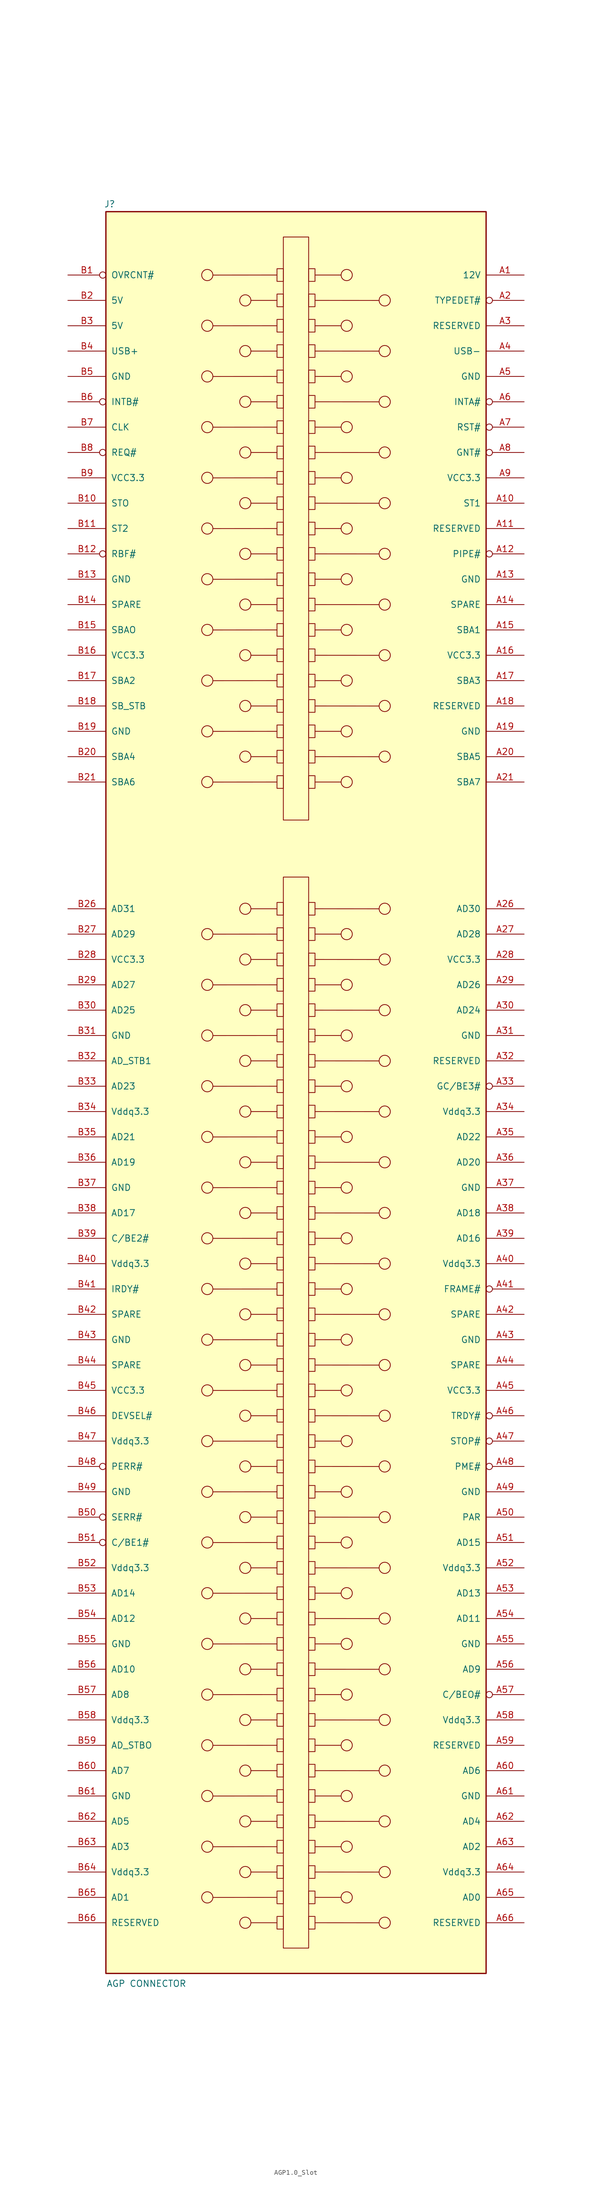
<source format=kicad_sym>
(kicad_symbol_lib
  (version 20240819)
  (generator "kicad_symbol_editor")
  (generator_version "8.99")
  (symbol "AGP1.0_Slot"
    (pin_names
      (offset 1.016))
    (property "Reference" "J"
      (at -37.338 176.784 0)
      (effects (font (size 1.27 1.27))))
    (property "Value" "AGP CONNECTOR"
      (at -29.972 -179.832 0)
      (effects (font (size 1.27 1.27))))
    (symbol "AGP1.0_Slot_0_1"
      (rectangle (start -38.1 175.26) (end 38.1 -177.8) (stroke (width 0.254) (type default)) (fill (type background)))
      (circle (center -17.78 162.56) (radius 1.122) (stroke (width 0) (type default)) (fill (type none)))
      (circle (center -17.78 152.4) (radius 1.122) (stroke (width 0) (type default)) (fill (type none)))
      (circle (center -17.78 142.24) (radius 1.122) (stroke (width 0) (type default)) (fill (type none)))
      (circle (center -17.78 132.08) (radius 1.122) (stroke (width 0) (type default)) (fill (type none)))
      (circle (center -17.78 121.92) (radius 1.122) (stroke (width 0) (type default)) (fill (type none)))
      (circle (center -17.78 111.76) (radius 1.122) (stroke (width 0) (type default)) (fill (type none)))
      (circle (center -17.78 101.6) (radius 1.122) (stroke (width 0) (type default)) (fill (type none)))
      (circle (center -17.78 91.44) (radius 1.122) (stroke (width 0) (type default)) (fill (type none)))
      (circle (center -17.78 81.28) (radius 1.122) (stroke (width 0) (type default)) (fill (type none)))
      (circle (center -17.78 71.12) (radius 1.122) (stroke (width 0) (type default)) (fill (type none)))
      (circle (center -17.78 60.96) (radius 1.122) (stroke (width 0) (type default)) (fill (type none)))
      (circle (center -17.78 30.48) (radius 1.122) (stroke (width 0) (type default)) (fill (type none)))
      (circle (center -17.78 20.32) (radius 1.122) (stroke (width 0) (type default)) (fill (type none)))
      (circle (center -17.78 10.16) (radius 1.122) (stroke (width 0) (type default)) (fill (type none)))
      (circle (center -17.78 0) (radius 1.122) (stroke (width 0) (type default)) (fill (type none)))
      (circle (center -17.78 -10.16) (radius 1.122) (stroke (width 0) (type default)) (fill (type none)))
      (circle (center -17.78 -20.32) (radius 1.122) (stroke (width 0) (type default)) (fill (type none)))
      (circle (center -17.78 -30.48) (radius 1.122) (stroke (width 0) (type default)) (fill (type none)))
      (circle (center -17.78 -40.64) (radius 1.122) (stroke (width 0) (type default)) (fill (type none)))
      (circle (center -17.78 -50.8) (radius 1.122) (stroke (width 0) (type default)) (fill (type none)))
      (circle (center -17.78 -60.96) (radius 1.122) (stroke (width 0) (type default)) (fill (type none)))
      (circle (center -17.78 -71.12) (radius 1.122) (stroke (width 0) (type default)) (fill (type none)))
      (circle (center -17.78 -81.28) (radius 1.122) (stroke (width 0) (type default)) (fill (type none)))
      (circle (center -17.78 -91.44) (radius 1.122) (stroke (width 0) (type default)) (fill (type none)))
      (circle (center -17.78 -101.6) (radius 1.122) (stroke (width 0) (type default)) (fill (type none)))
      (circle (center -17.78 -111.76) (radius 1.122) (stroke (width 0) (type default)) (fill (type none)))
      (circle (center -17.78 -121.92) (radius 1.122) (stroke (width 0) (type default)) (fill (type none)))
      (circle (center -17.78 -132.08) (radius 1.122) (stroke (width 0) (type default)) (fill (type none)))
      (circle (center -17.78 -142.24) (radius 1.122) (stroke (width 0) (type default)) (fill (type none)))
      (circle (center -17.78 -152.4) (radius 1.122) (stroke (width 0) (type default)) (fill (type none)))
      (circle (center -17.78 -162.56) (radius 1.122) (stroke (width 0) (type default)) (fill (type none)))
      (circle (center -10.16 157.48) (radius 1.122) (stroke (width 0) (type default)) (fill (type none)))
      (circle (center -10.16 147.32) (radius 1.122) (stroke (width 0) (type default)) (fill (type none)))
      (circle (center -10.16 137.16) (radius 1.122) (stroke (width 0) (type default)) (fill (type none)))
      (circle (center -10.16 127) (radius 1.122) (stroke (width 0) (type default)) (fill (type none)))
      (circle (center -10.16 116.84) (radius 1.122) (stroke (width 0) (type default)) (fill (type none)))
      (circle (center -10.16 106.68) (radius 1.122) (stroke (width 0) (type default)) (fill (type none)))
      (circle (center -10.16 96.52) (radius 1.122) (stroke (width 0) (type default)) (fill (type none)))
      (circle (center -10.16 86.36) (radius 1.122) (stroke (width 0) (type default)) (fill (type none)))
      (circle (center -10.16 76.2) (radius 1.122) (stroke (width 0) (type default)) (fill (type none)))
      (circle (center -10.16 66.04) (radius 1.122) (stroke (width 0) (type default)) (fill (type none)))
      (circle (center -10.16 35.56) (radius 1.122) (stroke (width 0) (type default)) (fill (type none)))
      (circle (center -10.16 25.4) (radius 1.122) (stroke (width 0) (type default)) (fill (type none)))
      (circle (center -10.16 15.24) (radius 1.122) (stroke (width 0) (type default)) (fill (type none)))
      (circle (center -10.16 5.08) (radius 1.122) (stroke (width 0) (type default)) (fill (type none)))
      (circle (center -10.16 -5.08) (radius 1.122) (stroke (width 0) (type default)) (fill (type none)))
      (circle (center -10.16 -15.24) (radius 1.122) (stroke (width 0) (type default)) (fill (type none)))
      (circle (center -10.16 -25.4) (radius 1.122) (stroke (width 0) (type default)) (fill (type none)))
      (circle (center -10.16 -35.56) (radius 1.122) (stroke (width 0) (type default)) (fill (type none)))
      (circle (center -10.16 -45.72) (radius 1.122) (stroke (width 0) (type default)) (fill (type none)))
      (circle (center -10.16 -55.88) (radius 1.122) (stroke (width 0) (type default)) (fill (type none)))
      (circle (center -10.16 -66.04) (radius 1.122) (stroke (width 0) (type default)) (fill (type none)))
      (circle (center -10.16 -76.2) (radius 1.122) (stroke (width 0) (type default)) (fill (type none)))
      (circle (center -10.16 -86.36) (radius 1.122) (stroke (width 0) (type default)) (fill (type none)))
      (circle (center -10.16 -96.52) (radius 1.122) (stroke (width 0) (type default)) (fill (type none)))
      (circle (center -10.16 -106.68) (radius 1.122) (stroke (width 0) (type default)) (fill (type none)))
      (circle (center -10.16 -116.84) (radius 1.122) (stroke (width 0) (type default)) (fill (type none)))
      (circle (center -10.16 -127) (radius 1.122) (stroke (width 0) (type default)) (fill (type none)))
      (circle (center -10.16 -137.16) (radius 1.122) (stroke (width 0) (type default)) (fill (type none)))
      (circle (center -10.16 -147.32) (radius 1.122) (stroke (width 0) (type default)) (fill (type none)))
      (circle (center -10.16 -157.48) (radius 1.122) (stroke (width 0) (type default)) (fill (type none)))
      (circle (center -10.16 -167.64) (radius 1.122) (stroke (width 0) (type default)) (fill (type none)))
      (rectangle (start -3.81 163.83) (end -2.54 161.29) (stroke (width 0) (type default)) (fill (type none)))
      (rectangle (start -3.81 158.75) (end -2.54 156.21) (stroke (width 0) (type default)) (fill (type none)))
      (rectangle (start -3.81 153.67) (end -2.54 151.13) (stroke (width 0) (type default)) (fill (type none)))
      (rectangle (start -3.81 148.59) (end -2.54 146.05) (stroke (width 0) (type default)) (fill (type none)))
      (rectangle (start -3.81 143.51) (end -2.54 140.97) (stroke (width 0) (type default)) (fill (type none)))
      (rectangle (start -3.81 138.43) (end -2.54 135.89) (stroke (width 0) (type default)) (fill (type none)))
      (rectangle (start -3.81 133.35) (end -2.54 130.81) (stroke (width 0) (type default)) (fill (type none)))
      (rectangle (start -3.81 128.27) (end -2.54 125.73) (stroke (width 0) (type default)) (fill (type none)))
      (rectangle (start -3.81 123.19) (end -2.54 120.65) (stroke (width 0) (type default)) (fill (type none)))
      (rectangle (start -3.81 118.11) (end -2.54 115.57) (stroke (width 0) (type default)) (fill (type none)))
      (rectangle (start -3.81 113.03) (end -2.54 110.49) (stroke (width 0) (type default)) (fill (type none)))
      (rectangle (start -3.81 107.95) (end -2.54 105.41) (stroke (width 0) (type default)) (fill (type none)))
      (rectangle (start -3.81 102.87) (end -2.54 100.33) (stroke (width 0) (type default)) (fill (type none)))
      (rectangle (start -3.81 97.79) (end -2.54 95.25) (stroke (width 0) (type default)) (fill (type none)))
      (rectangle (start -3.81 92.71) (end -2.54 90.17) (stroke (width 0) (type default)) (fill (type none)))
      (rectangle (start -3.81 87.63) (end -2.54 85.09) (stroke (width 0) (type default)) (fill (type none)))
      (rectangle (start -3.81 82.55) (end -2.54 80.01) (stroke (width 0) (type default)) (fill (type none)))
      (rectangle (start -3.81 77.47) (end -2.54 74.93) (stroke (width 0) (type default)) (fill (type none)))
      (rectangle (start -3.81 72.39) (end -2.54 69.85) (stroke (width 0) (type default)) (fill (type none)))
      (rectangle (start -3.81 67.31) (end -2.54 64.77) (stroke (width 0) (type default)) (fill (type none)))
      (rectangle (start -3.81 62.23) (end -2.54 59.69) (stroke (width 0) (type default)) (fill (type none)))
      (rectangle (start -3.81 36.83) (end -2.54 34.29) (stroke (width 0) (type default)) (fill (type none)))
      (rectangle (start -3.81 31.75) (end -2.54 29.21) (stroke (width 0) (type default)) (fill (type none)))
      (rectangle (start -3.81 26.67) (end -2.54 24.13) (stroke (width 0) (type default)) (fill (type none)))
      (rectangle (start -3.81 21.59) (end -2.54 19.05) (stroke (width 0) (type default)) (fill (type none)))
      (rectangle (start -3.81 16.51) (end -2.54 13.97) (stroke (width 0) (type default)) (fill (type none)))
      (rectangle (start -3.81 11.43) (end -2.54 8.89) (stroke (width 0) (type default)) (fill (type none)))
      (rectangle (start -3.81 6.35) (end -2.54 3.81) (stroke (width 0) (type default)) (fill (type none)))
      (rectangle (start -3.81 1.27) (end -2.54 -1.27) (stroke (width 0) (type default)) (fill (type none)))
      (rectangle (start -3.81 -3.81) (end -2.54 -6.35) (stroke (width 0) (type default)) (fill (type none)))
      (rectangle (start -3.81 -8.89) (end -2.54 -11.43) (stroke (width 0) (type default)) (fill (type none)))
      (rectangle (start -3.81 -13.97) (end -2.54 -16.51) (stroke (width 0) (type default)) (fill (type none)))
      (rectangle (start -3.81 -19.05) (end -2.54 -21.59) (stroke (width 0) (type default)) (fill (type none)))
      (rectangle (start -3.81 -24.13) (end -2.54 -26.67) (stroke (width 0) (type default)) (fill (type none)))
      (rectangle (start -3.81 -29.21) (end -2.54 -31.75) (stroke (width 0) (type default)) (fill (type none)))
      (rectangle (start -3.81 -34.29) (end -2.54 -36.83) (stroke (width 0) (type default)) (fill (type none)))
      (rectangle (start -3.81 -39.37) (end -2.54 -41.91) (stroke (width 0) (type default)) (fill (type none)))
      (rectangle (start -3.81 -44.45) (end -2.54 -46.99) (stroke (width 0) (type default)) (fill (type none)))
      (rectangle (start -3.81 -49.53) (end -2.54 -52.07) (stroke (width 0) (type default)) (fill (type none)))
      (rectangle (start -3.81 -54.61) (end -2.54 -57.15) (stroke (width 0) (type default)) (fill (type none)))
      (rectangle (start -3.81 -59.69) (end -2.54 -62.23) (stroke (width 0) (type default)) (fill (type none)))
      (rectangle (start -3.81 -64.77) (end -2.54 -67.31) (stroke (width 0) (type default)) (fill (type none)))
      (rectangle (start -3.81 -69.85) (end -2.54 -72.39) (stroke (width 0) (type default)) (fill (type none)))
      (rectangle (start -3.81 -74.93) (end -2.54 -77.47) (stroke (width 0) (type default)) (fill (type none)))
      (rectangle (start -3.81 -80.01) (end -2.54 -82.55) (stroke (width 0) (type default)) (fill (type none)))
      (rectangle (start -3.81 -85.09) (end -2.54 -87.63) (stroke (width 0) (type default)) (fill (type none)))
      (rectangle (start -3.81 -90.17) (end -2.54 -92.71) (stroke (width 0) (type default)) (fill (type none)))
      (rectangle (start -3.81 -95.25) (end -2.54 -97.79) (stroke (width 0) (type default)) (fill (type none)))
      (rectangle (start -3.81 -100.33) (end -2.54 -102.87) (stroke (width 0) (type default)) (fill (type none)))
      (rectangle (start -3.81 -105.41) (end -2.54 -107.95) (stroke (width 0) (type default)) (fill (type none)))
      (rectangle (start -3.81 -110.49) (end -2.54 -113.03) (stroke (width 0) (type default)) (fill (type none)))
      (rectangle (start -3.81 -115.57) (end -2.54 -118.11) (stroke (width 0) (type default)) (fill (type none)))
      (rectangle (start -3.81 -120.65) (end -2.54 -123.19) (stroke (width 0) (type default)) (fill (type none)))
      (rectangle (start -3.81 -125.73) (end -2.54 -128.27) (stroke (width 0) (type default)) (fill (type none)))
      (rectangle (start -3.81 -130.81) (end -2.54 -133.35) (stroke (width 0) (type default)) (fill (type none)))
      (rectangle (start -3.81 -135.89) (end -2.54 -138.43) (stroke (width 0) (type default)) (fill (type none)))
      (rectangle (start -3.81 -140.97) (end -2.54 -143.51) (stroke (width 0) (type default)) (fill (type none)))
      (rectangle (start -3.81 -146.05) (end -2.54 -148.59) (stroke (width 0) (type default)) (fill (type none)))
      (rectangle (start -3.81 -151.13) (end -2.54 -153.67) (stroke (width 0) (type default)) (fill (type none)))
      (rectangle (start -3.81 -156.21) (end -2.54 -158.75) (stroke (width 0) (type default)) (fill (type none)))
      (rectangle (start -3.81 -161.29) (end -2.54 -163.83) (stroke (width 0) (type default)) (fill (type none)))
      (rectangle (start -3.81 -166.37) (end -2.54 -168.91) (stroke (width 0) (type default)) (fill (type none)))
      (rectangle (start -2.54 170.18) (end 2.54 53.34) (stroke (width 0) (type default)) (fill (type none)))
      (rectangle (start -2.54 41.91) (end 2.54 -172.72) (stroke (width 0) (type default)) (fill (type none)))
      (rectangle (start 3.81 163.83) (end 2.54 161.29) (stroke (width 0) (type default)) (fill (type none)))
      (rectangle (start 3.81 158.75) (end 2.54 156.21) (stroke (width 0) (type default)) (fill (type none)))
      (rectangle (start 3.81 153.67) (end 2.54 151.13) (stroke (width 0) (type default)) (fill (type none)))
      (rectangle (start 3.81 148.59) (end 2.54 146.05) (stroke (width 0) (type default)) (fill (type none)))
      (rectangle (start 3.81 143.51) (end 2.54 140.97) (stroke (width 0) (type default)) (fill (type none)))
      (rectangle (start 3.81 138.43) (end 2.54 135.89) (stroke (width 0) (type default)) (fill (type none)))
      (rectangle (start 3.81 133.35) (end 2.54 130.81) (stroke (width 0) (type default)) (fill (type none)))
      (rectangle (start 3.81 128.27) (end 2.54 125.73) (stroke (width 0) (type default)) (fill (type none)))
      (rectangle (start 3.81 123.19) (end 2.54 120.65) (stroke (width 0) (type default)) (fill (type none)))
      (rectangle (start 3.81 118.11) (end 2.54 115.57) (stroke (width 0) (type default)) (fill (type none)))
      (rectangle (start 3.81 113.03) (end 2.54 110.49) (stroke (width 0) (type default)) (fill (type none)))
      (rectangle (start 3.81 107.95) (end 2.54 105.41) (stroke (width 0) (type default)) (fill (type none)))
      (rectangle (start 3.81 102.87) (end 2.54 100.33) (stroke (width 0) (type default)) (fill (type none)))
      (rectangle (start 3.81 97.79) (end 2.54 95.25) (stroke (width 0) (type default)) (fill (type none)))
      (rectangle (start 3.81 92.71) (end 2.54 90.17) (stroke (width 0) (type default)) (fill (type none)))
      (rectangle (start 3.81 87.63) (end 2.54 85.09) (stroke (width 0) (type default)) (fill (type none)))
      (rectangle (start 3.81 82.55) (end 2.54 80.01) (stroke (width 0) (type default)) (fill (type none)))
      (rectangle (start 3.81 77.47) (end 2.54 74.93) (stroke (width 0) (type default)) (fill (type none)))
      (rectangle (start 3.81 72.39) (end 2.54 69.85) (stroke (width 0) (type default)) (fill (type none)))
      (rectangle (start 3.81 67.31) (end 2.54 64.77) (stroke (width 0) (type default)) (fill (type none)))
      (rectangle (start 3.81 62.23) (end 2.54 59.69) (stroke (width 0) (type default)) (fill (type none)))
      (rectangle (start 3.81 36.83) (end 2.54 34.29) (stroke (width 0) (type default)) (fill (type none)))
      (rectangle (start 3.81 31.75) (end 2.54 29.21) (stroke (width 0) (type default)) (fill (type none)))
      (rectangle (start 3.81 26.67) (end 2.54 24.13) (stroke (width 0) (type default)) (fill (type none)))
      (rectangle (start 3.81 21.59) (end 2.54 19.05) (stroke (width 0) (type default)) (fill (type none)))
      (rectangle (start 3.81 16.51) (end 2.54 13.97) (stroke (width 0) (type default)) (fill (type none)))
      (rectangle (start 3.81 11.43) (end 2.54 8.89) (stroke (width 0) (type default)) (fill (type none)))
      (rectangle (start 3.81 6.35) (end 2.54 3.81) (stroke (width 0) (type default)) (fill (type none)))
      (rectangle (start 3.81 1.27) (end 2.54 -1.27) (stroke (width 0) (type default)) (fill (type none)))
      (rectangle (start 3.81 -3.81) (end 2.54 -6.35) (stroke (width 0) (type default)) (fill (type none)))
      (rectangle (start 3.81 -8.89) (end 2.54 -11.43) (stroke (width 0) (type default)) (fill (type none)))
      (rectangle (start 3.81 -13.97) (end 2.54 -16.51) (stroke (width 0) (type default)) (fill (type none)))
      (rectangle (start 3.81 -19.05) (end 2.54 -21.59) (stroke (width 0) (type default)) (fill (type none)))
      (rectangle (start 3.81 -24.13) (end 2.54 -26.67) (stroke (width 0) (type default)) (fill (type none)))
      (rectangle (start 3.81 -29.21) (end 2.54 -31.75) (stroke (width 0) (type default)) (fill (type none)))
      (rectangle (start 3.81 -34.29) (end 2.54 -36.83) (stroke (width 0) (type default)) (fill (type none)))
      (rectangle (start 3.81 -39.37) (end 2.54 -41.91) (stroke (width 0) (type default)) (fill (type none)))
      (rectangle (start 3.81 -44.45) (end 2.54 -46.99) (stroke (width 0) (type default)) (fill (type none)))
      (rectangle (start 3.81 -49.53) (end 2.54 -52.07) (stroke (width 0) (type default)) (fill (type none)))
      (rectangle (start 3.81 -54.61) (end 2.54 -57.15) (stroke (width 0) (type default)) (fill (type none)))
      (rectangle (start 3.81 -59.69) (end 2.54 -62.23) (stroke (width 0) (type default)) (fill (type none)))
      (rectangle (start 3.81 -64.77) (end 2.54 -67.31) (stroke (width 0) (type default)) (fill (type none)))
      (rectangle (start 3.81 -69.85) (end 2.54 -72.39) (stroke (width 0) (type default)) (fill (type none)))
      (rectangle (start 3.81 -74.93) (end 2.54 -77.47) (stroke (width 0) (type default)) (fill (type none)))
      (rectangle (start 3.81 -80.01) (end 2.54 -82.55) (stroke (width 0) (type default)) (fill (type none)))
      (rectangle (start 3.81 -85.09) (end 2.54 -87.63) (stroke (width 0) (type default)) (fill (type none)))
      (rectangle (start 3.81 -90.17) (end 2.54 -92.71) (stroke (width 0) (type default)) (fill (type none)))
      (rectangle (start 3.81 -95.25) (end 2.54 -97.79) (stroke (width 0) (type default)) (fill (type none)))
      (rectangle (start 3.81 -100.33) (end 2.54 -102.87) (stroke (width 0) (type default)) (fill (type none)))
      (rectangle (start 3.81 -105.41) (end 2.54 -107.95) (stroke (width 0) (type default)) (fill (type none)))
      (rectangle (start 3.81 -110.49) (end 2.54 -113.03) (stroke (width 0) (type default)) (fill (type none)))
      (rectangle (start 3.81 -115.57) (end 2.54 -118.11) (stroke (width 0) (type default)) (fill (type none)))
      (rectangle (start 3.81 -120.65) (end 2.54 -123.19) (stroke (width 0) (type default)) (fill (type none)))
      (rectangle (start 3.81 -125.73) (end 2.54 -128.27) (stroke (width 0) (type default)) (fill (type none)))
      (rectangle (start 3.81 -130.81) (end 2.54 -133.35) (stroke (width 0) (type default)) (fill (type none)))
      (rectangle (start 3.81 -135.89) (end 2.54 -138.43) (stroke (width 0) (type default)) (fill (type none)))
      (rectangle (start 3.81 -140.97) (end 2.54 -143.51) (stroke (width 0) (type default)) (fill (type none)))
      (rectangle (start 3.81 -146.05) (end 2.54 -148.59) (stroke (width 0) (type default)) (fill (type none)))
      (rectangle (start 3.81 -151.13) (end 2.54 -153.67) (stroke (width 0) (type default)) (fill (type none)))
      (rectangle (start 3.81 -156.21) (end 2.54 -158.75) (stroke (width 0) (type default)) (fill (type none)))
      (rectangle (start 3.81 -161.29) (end 2.54 -163.83) (stroke (width 0) (type default)) (fill (type none)))
      (rectangle (start 3.81 -166.37) (end 2.54 -168.91) (stroke (width 0) (type default)) (fill (type none)))
      (circle (center 10.16 162.56) (radius 1.122) (stroke (width 0) (type default)) (fill (type none)))
      (circle (center 10.16 152.4) (radius 1.122) (stroke (width 0) (type default)) (fill (type none)))
      (circle (center 10.16 142.24) (radius 1.122) (stroke (width 0) (type default)) (fill (type none)))
      (circle (center 10.16 132.08) (radius 1.122) (stroke (width 0) (type default)) (fill (type none)))
      (circle (center 10.16 121.92) (radius 1.122) (stroke (width 0) (type default)) (fill (type none)))
      (circle (center 10.16 111.76) (radius 1.122) (stroke (width 0) (type default)) (fill (type none)))
      (circle (center 10.16 101.6) (radius 1.122) (stroke (width 0) (type default)) (fill (type none)))
      (circle (center 10.16 91.44) (radius 1.122) (stroke (width 0) (type default)) (fill (type none)))
      (circle (center 10.16 81.28) (radius 1.122) (stroke (width 0) (type default)) (fill (type none)))
      (circle (center 10.16 71.12) (radius 1.122) (stroke (width 0) (type default)) (fill (type none)))
      (circle (center 10.16 60.96) (radius 1.122) (stroke (width 0) (type default)) (fill (type none)))
      (circle (center 10.16 30.48) (radius 1.122) (stroke (width 0) (type default)) (fill (type none)))
      (circle (center 10.16 20.32) (radius 1.122) (stroke (width 0) (type default)) (fill (type none)))
      (circle (center 10.16 10.16) (radius 1.122) (stroke (width 0) (type default)) (fill (type none)))
      (circle (center 10.16 0) (radius 1.122) (stroke (width 0) (type default)) (fill (type none)))
      (circle (center 10.16 -10.16) (radius 1.122) (stroke (width 0) (type default)) (fill (type none)))
      (circle (center 10.16 -20.32) (radius 1.122) (stroke (width 0) (type default)) (fill (type none)))
      (circle (center 10.16 -30.48) (radius 1.122) (stroke (width 0) (type default)) (fill (type none)))
      (circle (center 10.16 -40.64) (radius 1.122) (stroke (width 0) (type default)) (fill (type none)))
      (circle (center 10.16 -50.8) (radius 1.122) (stroke (width 0) (type default)) (fill (type none)))
      (circle (center 10.16 -60.96) (radius 1.122) (stroke (width 0) (type default)) (fill (type none)))
      (circle (center 10.16 -71.12) (radius 1.122) (stroke (width 0) (type default)) (fill (type none)))
      (circle (center 10.16 -81.28) (radius 1.122) (stroke (width 0) (type default)) (fill (type none)))
      (circle (center 10.16 -91.44) (radius 1.122) (stroke (width 0) (type default)) (fill (type none)))
      (circle (center 10.16 -101.6) (radius 1.122) (stroke (width 0) (type default)) (fill (type none)))
      (circle (center 10.16 -111.76) (radius 1.122) (stroke (width 0) (type default)) (fill (type none)))
      (circle (center 10.16 -121.92) (radius 1.122) (stroke (width 0) (type default)) (fill (type none)))
      (circle (center 10.16 -132.08) (radius 1.122) (stroke (width 0) (type default)) (fill (type none)))
      (circle (center 10.16 -142.24) (radius 1.122) (stroke (width 0) (type default)) (fill (type none)))
      (circle (center 10.16 -152.4) (radius 1.122) (stroke (width 0) (type default)) (fill (type none)))
      (circle (center 10.16 -162.56) (radius 1.122) (stroke (width 0) (type default)) (fill (type none)))
      (circle (center 17.78 157.48) (radius 1.122) (stroke (width 0) (type default)) (fill (type none)))
      (circle (center 17.78 147.32) (radius 1.122) (stroke (width 0) (type default)) (fill (type none)))
      (circle (center 17.78 137.16) (radius 1.122) (stroke (width 0) (type default)) (fill (type none)))
      (circle (center 17.78 127) (radius 1.122) (stroke (width 0) (type default)) (fill (type none)))
      (circle (center 17.78 116.84) (radius 1.122) (stroke (width 0) (type default)) (fill (type none)))
      (circle (center 17.78 106.68) (radius 1.122) (stroke (width 0) (type default)) (fill (type none)))
      (circle (center 17.78 96.52) (radius 1.122) (stroke (width 0) (type default)) (fill (type none)))
      (circle (center 17.78 86.36) (radius 1.122) (stroke (width 0) (type default)) (fill (type none)))
      (circle (center 17.78 76.2) (radius 1.122) (stroke (width 0) (type default)) (fill (type none)))
      (circle (center 17.78 66.04) (radius 1.122) (stroke (width 0) (type default)) (fill (type none)))
      (circle (center 17.78 35.56) (radius 1.122) (stroke (width 0) (type default)) (fill (type none)))
      (circle (center 17.78 25.4) (radius 1.122) (stroke (width 0) (type default)) (fill (type none)))
      (circle (center 17.78 15.24) (radius 1.122) (stroke (width 0) (type default)) (fill (type none)))
      (circle (center 17.78 5.08) (radius 1.122) (stroke (width 0) (type default)) (fill (type none)))
      (circle (center 17.78 -5.08) (radius 1.122) (stroke (width 0) (type default)) (fill (type none)))
      (circle (center 17.78 -15.24) (radius 1.122) (stroke (width 0) (type default)) (fill (type none)))
      (circle (center 17.78 -25.4) (radius 1.122) (stroke (width 0) (type default)) (fill (type none)))
      (circle (center 17.78 -35.56) (radius 1.122) (stroke (width 0) (type default)) (fill (type none)))
      (circle (center 17.78 -45.72) (radius 1.122) (stroke (width 0) (type default)) (fill (type none)))
      (circle (center 17.78 -55.88) (radius 1.122) (stroke (width 0) (type default)) (fill (type none)))
      (circle (center 17.78 -66.04) (radius 1.122) (stroke (width 0) (type default)) (fill (type none)))
      (circle (center 17.78 -76.2) (radius 1.122) (stroke (width 0) (type default)) (fill (type none)))
      (circle (center 17.78 -86.36) (radius 1.122) (stroke (width 0) (type default)) (fill (type none)))
      (circle (center 17.78 -96.52) (radius 1.122) (stroke (width 0) (type default)) (fill (type none)))
      (circle (center 17.78 -106.68) (radius 1.122) (stroke (width 0) (type default)) (fill (type none)))
      (circle (center 17.78 -116.84) (radius 1.122) (stroke (width 0) (type default)) (fill (type none)))
      (circle (center 17.78 -127) (radius 1.122) (stroke (width 0) (type default)) (fill (type none)))
      (circle (center 17.78 -137.16) (radius 1.122) (stroke (width 0) (type default)) (fill (type none)))
      (circle (center 17.78 -147.32) (radius 1.122) (stroke (width 0) (type default)) (fill (type none)))
      (circle (center 17.78 -157.48) (radius 1.122) (stroke (width 0) (type default)) (fill (type none)))
      (circle (center 17.78 -167.64) (radius 1.122) (stroke (width 0) (type default)) (fill (type none))))
    (symbol "AGP1.0_Slot_1_0"
      (polyline (pts (xy -16.614 162.551) (xy -3.81 162.56)) (stroke (width 0) (type solid)) (fill (type none)))
      (polyline (pts (xy -16.614 152.391) (xy -3.81 152.4)) (stroke (width 0) (type solid)) (fill (type none)))
      (polyline (pts (xy -16.614 142.231) (xy -3.81 142.24)) (stroke (width 0) (type solid)) (fill (type none)))
      (polyline (pts (xy -16.614 132.071) (xy -3.81 132.08)) (stroke (width 0) (type solid)) (fill (type none)))
      (polyline (pts (xy -16.614 121.911) (xy -3.81 121.92)) (stroke (width 0) (type solid)) (fill (type none)))
      (polyline (pts (xy -16.614 111.751) (xy -3.81 111.76)) (stroke (width 0) (type solid)) (fill (type none)))
      (polyline (pts (xy -16.614 101.591) (xy -3.81 101.6)) (stroke (width 0) (type solid)) (fill (type none)))
      (polyline (pts (xy -16.614 91.431) (xy -3.81 91.44)) (stroke (width 0) (type solid)) (fill (type none)))
      (polyline (pts (xy -16.614 81.271) (xy -3.81 81.28)) (stroke (width 0) (type solid)) (fill (type none)))
      (polyline (pts (xy -16.614 71.111) (xy -3.81 71.12)) (stroke (width 0) (type solid)) (fill (type none)))
      (polyline (pts (xy -16.614 60.951) (xy -3.81 60.96)) (stroke (width 0) (type solid)) (fill (type none)))
      (polyline (pts (xy -16.614 30.471) (xy -3.81 30.48)) (stroke (width 0) (type solid)) (fill (type none)))
      (polyline (pts (xy -16.614 20.311) (xy -3.81 20.32)) (stroke (width 0) (type solid)) (fill (type none)))
      (polyline (pts (xy -16.614 10.151) (xy -3.81 10.16)) (stroke (width 0) (type solid)) (fill (type none)))
      (polyline (pts (xy -16.614 -0.009) (xy -3.81 0)) (stroke (width 0) (type solid)) (fill (type none)))
      (polyline (pts (xy -16.614 -10.169) (xy -3.81 -10.16)) (stroke (width 0) (type solid)) (fill (type none)))
      (polyline (pts (xy -16.614 -20.329) (xy -3.81 -20.32)) (stroke (width 0) (type solid)) (fill (type none)))
      (polyline (pts (xy -16.614 -30.489) (xy -3.81 -30.48)) (stroke (width 0) (type solid)) (fill (type none)))
      (polyline (pts (xy -16.614 -40.649) (xy -3.81 -40.64)) (stroke (width 0) (type solid)) (fill (type none)))
      (polyline (pts (xy -16.614 -50.809) (xy -3.81 -50.8)) (stroke (width 0) (type solid)) (fill (type none)))
      (polyline (pts (xy -16.614 -60.969) (xy -3.81 -60.96)) (stroke (width 0) (type solid)) (fill (type none)))
      (polyline (pts (xy -16.614 -71.129) (xy -3.81 -71.12)) (stroke (width 0) (type solid)) (fill (type none)))
      (polyline (pts (xy -16.614 -81.289) (xy -3.81 -81.28)) (stroke (width 0) (type solid)) (fill (type none)))
      (polyline (pts (xy -16.614 -91.449) (xy -3.81 -91.44)) (stroke (width 0) (type solid)) (fill (type none)))
      (polyline (pts (xy -16.614 -101.609) (xy -3.81 -101.6)) (stroke (width 0) (type solid)) (fill (type none)))
      (polyline (pts (xy -16.614 -111.769) (xy -3.81 -111.76)) (stroke (width 0) (type solid)) (fill (type none)))
      (polyline (pts (xy -16.614 -121.929) (xy -3.81 -121.92)) (stroke (width 0) (type solid)) (fill (type none)))
      (polyline (pts (xy -16.614 -132.089) (xy -3.81 -132.08)) (stroke (width 0) (type solid)) (fill (type none)))
      (polyline (pts (xy -16.614 -142.249) (xy -3.81 -142.24)) (stroke (width 0) (type solid)) (fill (type none)))
      (polyline (pts (xy -16.614 -152.409) (xy -3.81 -152.4)) (stroke (width 0) (type solid)) (fill (type none)))
      (polyline (pts (xy -16.614 -162.569) (xy -3.81 -162.56)) (stroke (width 0) (type solid)) (fill (type none)))
      (polyline (pts (xy -3.81 157.48) (xy -9.007 157.48)) (stroke (width 0) (type solid)) (fill (type none)))
      (polyline (pts (xy -3.81 147.32) (xy -9.007 147.32)) (stroke (width 0) (type solid)) (fill (type none)))
      (polyline (pts (xy -3.81 137.16) (xy -9.007 137.16)) (stroke (width 0) (type solid)) (fill (type none)))
      (polyline (pts (xy -3.81 127) (xy -9.007 127)) (stroke (width 0) (type solid)) (fill (type none)))
      (polyline (pts (xy -3.81 116.84) (xy -9.007 116.84)) (stroke (width 0) (type solid)) (fill (type none)))
      (polyline (pts (xy -3.81 106.68) (xy -9.007 106.68)) (stroke (width 0) (type solid)) (fill (type none)))
      (polyline (pts (xy -3.81 96.52) (xy -9.007 96.52)) (stroke (width 0) (type solid)) (fill (type none)))
      (polyline (pts (xy -3.81 86.36) (xy -9.007 86.36)) (stroke (width 0) (type solid)) (fill (type none)))
      (polyline (pts (xy -3.81 76.2) (xy -9.007 76.2)) (stroke (width 0) (type solid)) (fill (type none)))
      (polyline (pts (xy -3.81 66.04) (xy -9.007 66.04)) (stroke (width 0) (type solid)) (fill (type none)))
      (polyline (pts (xy -3.81 35.56) (xy -9.007 35.56)) (stroke (width 0) (type solid)) (fill (type none)))
      (polyline (pts (xy -3.81 25.4) (xy -9.007 25.4)) (stroke (width 0) (type solid)) (fill (type none)))
      (polyline (pts (xy -3.81 15.24) (xy -9.007 15.24)) (stroke (width 0) (type solid)) (fill (type none)))
      (polyline (pts (xy -3.81 5.08) (xy -9.007 5.08)) (stroke (width 0) (type solid)) (fill (type none)))
      (polyline (pts (xy -3.81 -5.08) (xy -9.007 -5.08)) (stroke (width 0) (type solid)) (fill (type none)))
      (polyline (pts (xy -3.81 -15.24) (xy -9.007 -15.24)) (stroke (width 0) (type solid)) (fill (type none)))
      (polyline (pts (xy -3.81 -25.4) (xy -9.007 -25.4)) (stroke (width 0) (type solid)) (fill (type none)))
      (polyline (pts (xy -3.81 -35.56) (xy -9.007 -35.56)) (stroke (width 0) (type solid)) (fill (type none)))
      (polyline (pts (xy -3.81 -45.72) (xy -9.007 -45.72)) (stroke (width 0) (type solid)) (fill (type none)))
      (polyline (pts (xy -3.81 -55.88) (xy -9.007 -55.88)) (stroke (width 0) (type solid)) (fill (type none)))
      (polyline (pts (xy -3.81 -66.04) (xy -9.007 -66.04)) (stroke (width 0) (type solid)) (fill (type none)))
      (polyline (pts (xy -3.81 -76.2) (xy -9.007 -76.2)) (stroke (width 0) (type solid)) (fill (type none)))
      (polyline (pts (xy -3.81 -86.36) (xy -9.007 -86.36)) (stroke (width 0) (type solid)) (fill (type none)))
      (polyline (pts (xy -3.81 -96.52) (xy -9.007 -96.52)) (stroke (width 0) (type solid)) (fill (type none)))
      (polyline (pts (xy -3.81 -106.68) (xy -9.007 -106.68)) (stroke (width 0) (type solid)) (fill (type none)))
      (polyline (pts (xy -3.81 -116.84) (xy -9.007 -116.84)) (stroke (width 0) (type solid)) (fill (type none)))
      (polyline (pts (xy -3.81 -127) (xy -9.007 -127)) (stroke (width 0) (type solid)) (fill (type none)))
      (polyline (pts (xy -3.81 -137.16) (xy -9.007 -137.16)) (stroke (width 0) (type solid)) (fill (type none)))
      (polyline (pts (xy -3.81 -147.32) (xy -9.007 -147.32)) (stroke (width 0) (type solid)) (fill (type none)))
      (polyline (pts (xy -3.81 -157.48) (xy -9.007 -157.48)) (stroke (width 0) (type solid)) (fill (type none)))
      (polyline (pts (xy -3.81 -167.64) (xy -9.007 -167.64)) (stroke (width 0) (type solid)) (fill (type none)))
      (polyline (pts (xy 3.81 162.56) (xy 9.007 162.56)) (stroke (width 0) (type solid)) (fill (type none)))
      (polyline (pts (xy 3.81 152.4) (xy 9.007 152.4)) (stroke (width 0) (type solid)) (fill (type none)))
      (polyline (pts (xy 3.81 142.24) (xy 9.007 142.24)) (stroke (width 0) (type solid)) (fill (type none)))
      (polyline (pts (xy 3.81 132.08) (xy 9.007 132.08)) (stroke (width 0) (type solid)) (fill (type none)))
      (polyline (pts (xy 3.81 121.92) (xy 9.007 121.92)) (stroke (width 0) (type solid)) (fill (type none)))
      (polyline (pts (xy 3.81 111.76) (xy 9.007 111.76)) (stroke (width 0) (type solid)) (fill (type none)))
      (polyline (pts (xy 3.81 101.6) (xy 9.007 101.6)) (stroke (width 0) (type solid)) (fill (type none)))
      (polyline (pts (xy 3.81 91.44) (xy 9.007 91.44)) (stroke (width 0) (type solid)) (fill (type none)))
      (polyline (pts (xy 3.81 81.28) (xy 9.007 81.28)) (stroke (width 0) (type solid)) (fill (type none)))
      (polyline (pts (xy 3.81 71.12) (xy 9.007 71.12)) (stroke (width 0) (type solid)) (fill (type none)))
      (polyline (pts (xy 3.81 60.96) (xy 9.007 60.96)) (stroke (width 0) (type solid)) (fill (type none)))
      (polyline (pts (xy 3.81 30.48) (xy 9.007 30.48)) (stroke (width 0) (type solid)) (fill (type none)))
      (polyline (pts (xy 3.81 20.32) (xy 9.007 20.32)) (stroke (width 0) (type solid)) (fill (type none)))
      (polyline (pts (xy 3.81 10.16) (xy 9.007 10.16)) (stroke (width 0) (type solid)) (fill (type none)))
      (polyline (pts (xy 3.81 0) (xy 9.007 0)) (stroke (width 0) (type solid)) (fill (type none)))
      (polyline (pts (xy 3.81 -10.16) (xy 9.007 -10.16)) (stroke (width 0) (type solid)) (fill (type none)))
      (polyline (pts (xy 3.81 -20.32) (xy 9.007 -20.32)) (stroke (width 0) (type solid)) (fill (type none)))
      (polyline (pts (xy 3.81 -30.48) (xy 9.007 -30.48)) (stroke (width 0) (type solid)) (fill (type none)))
      (polyline (pts (xy 3.81 -40.64) (xy 9.007 -40.64)) (stroke (width 0) (type solid)) (fill (type none)))
      (polyline (pts (xy 3.81 -50.8) (xy 9.007 -50.8)) (stroke (width 0) (type solid)) (fill (type none)))
      (polyline (pts (xy 3.81 -60.96) (xy 9.007 -60.96)) (stroke (width 0) (type solid)) (fill (type none)))
      (polyline (pts (xy 3.81 -71.12) (xy 9.007 -71.12)) (stroke (width 0) (type solid)) (fill (type none)))
      (polyline (pts (xy 3.81 -81.28) (xy 9.007 -81.28)) (stroke (width 0) (type solid)) (fill (type none)))
      (polyline (pts (xy 3.81 -91.44) (xy 9.007 -91.44)) (stroke (width 0) (type solid)) (fill (type none)))
      (polyline (pts (xy 3.81 -101.6) (xy 9.007 -101.6)) (stroke (width 0) (type solid)) (fill (type none)))
      (polyline (pts (xy 3.81 -111.76) (xy 9.007 -111.76)) (stroke (width 0) (type solid)) (fill (type none)))
      (polyline (pts (xy 3.81 -121.92) (xy 9.007 -121.92)) (stroke (width 0) (type solid)) (fill (type none)))
      (polyline (pts (xy 3.81 -132.08) (xy 9.007 -132.08)) (stroke (width 0) (type solid)) (fill (type none)))
      (polyline (pts (xy 3.81 -142.24) (xy 9.007 -142.24)) (stroke (width 0) (type solid)) (fill (type none)))
      (polyline (pts (xy 3.81 -152.4) (xy 9.007 -152.4)) (stroke (width 0) (type solid)) (fill (type none)))
      (polyline (pts (xy 3.81 -162.56) (xy 9.007 -162.56)) (stroke (width 0) (type solid)) (fill (type none)))
      (polyline (pts (xy 16.614 157.471) (xy 3.81 157.48)) (stroke (width 0) (type solid)) (fill (type none)))
      (polyline (pts (xy 16.614 147.311) (xy 3.81 147.32)) (stroke (width 0) (type solid)) (fill (type none)))
      (polyline (pts (xy 16.614 137.151) (xy 3.81 137.16)) (stroke (width 0) (type solid)) (fill (type none)))
      (polyline (pts (xy 16.614 126.991) (xy 3.81 127)) (stroke (width 0) (type solid)) (fill (type none)))
      (polyline (pts (xy 16.614 116.831) (xy 3.81 116.84)) (stroke (width 0) (type solid)) (fill (type none)))
      (polyline (pts (xy 16.614 106.671) (xy 3.81 106.68)) (stroke (width 0) (type solid)) (fill (type none)))
      (polyline (pts (xy 16.614 96.511) (xy 3.81 96.52)) (stroke (width 0) (type solid)) (fill (type none)))
      (polyline (pts (xy 16.614 86.351) (xy 3.81 86.36)) (stroke (width 0) (type solid)) (fill (type none)))
      (polyline (pts (xy 16.614 76.191) (xy 3.81 76.2)) (stroke (width 0) (type solid)) (fill (type none)))
      (polyline (pts (xy 16.614 66.031) (xy 3.81 66.04)) (stroke (width 0) (type solid)) (fill (type none)))
      (polyline (pts (xy 16.614 35.551) (xy 3.81 35.56)) (stroke (width 0) (type solid)) (fill (type none)))
      (polyline (pts (xy 16.614 25.391) (xy 3.81 25.4)) (stroke (width 0) (type solid)) (fill (type none)))
      (polyline (pts (xy 16.614 15.231) (xy 3.81 15.24)) (stroke (width 0) (type solid)) (fill (type none)))
      (polyline (pts (xy 16.614 5.071) (xy 3.81 5.08)) (stroke (width 0) (type solid)) (fill (type none)))
      (polyline (pts (xy 16.614 -5.089) (xy 3.81 -5.08)) (stroke (width 0) (type solid)) (fill (type none)))
      (polyline (pts (xy 16.614 -15.249) (xy 3.81 -15.24)) (stroke (width 0) (type solid)) (fill (type none)))
      (polyline (pts (xy 16.614 -25.409) (xy 3.81 -25.4)) (stroke (width 0) (type solid)) (fill (type none)))
      (polyline (pts (xy 16.614 -35.569) (xy 3.81 -35.56)) (stroke (width 0) (type solid)) (fill (type none)))
      (polyline (pts (xy 16.614 -45.729) (xy 3.81 -45.72)) (stroke (width 0) (type solid)) (fill (type none)))
      (polyline (pts (xy 16.614 -55.889) (xy 3.81 -55.88)) (stroke (width 0) (type solid)) (fill (type none)))
      (polyline (pts (xy 16.614 -66.049) (xy 3.81 -66.04)) (stroke (width 0) (type solid)) (fill (type none)))
      (polyline (pts (xy 16.614 -76.209) (xy 3.81 -76.2)) (stroke (width 0) (type solid)) (fill (type none)))
      (polyline (pts (xy 16.614 -86.369) (xy 3.81 -86.36)) (stroke (width 0) (type solid)) (fill (type none)))
      (polyline (pts (xy 16.614 -96.529) (xy 3.81 -96.52)) (stroke (width 0) (type solid)) (fill (type none)))
      (polyline (pts (xy 16.614 -106.689) (xy 3.81 -106.68)) (stroke (width 0) (type solid)) (fill (type none)))
      (polyline (pts (xy 16.614 -116.849) (xy 3.81 -116.84)) (stroke (width 0) (type solid)) (fill (type none)))
      (polyline (pts (xy 16.614 -127.009) (xy 3.81 -127)) (stroke (width 0) (type solid)) (fill (type none)))
      (polyline (pts (xy 16.614 -137.169) (xy 3.81 -137.16)) (stroke (width 0) (type solid)) (fill (type none)))
      (polyline (pts (xy 16.614 -147.329) (xy 3.81 -147.32)) (stroke (width 0) (type solid)) (fill (type none)))
      (polyline (pts (xy 16.614 -157.489) (xy 3.81 -157.48)) (stroke (width 0) (type solid)) (fill (type none)))
      (polyline (pts (xy 16.614 -167.649) (xy 3.81 -167.64)) (stroke (width 0) (type solid)) (fill (type none))))
    (symbol "AGP1.0_Slot_1_1"
      (pin input inverted (at -45.72 162.56 0) (length 7.62) (name "OVRCNT#" (effects (font (size 1.27 1.27)))) (number "B1" (effects (font (size 1.27 1.27)))))
      (pin power_in line (at -45.72 157.48 0) (length 7.62) (name "5V" (effects (font (size 1.27 1.27)))) (number "B2" (effects (font (size 1.27 1.27)))))
      (pin power_in line (at -45.72 152.4 0) (length 7.62) (name "5V" (effects (font (size 1.27 1.27)))) (number "B3" (effects (font (size 1.27 1.27)))))
      (pin bidirectional line (at -45.72 147.32 0) (length 7.62) (name "USB+" (effects (font (size 1.27 1.27)))) (number "B4" (effects (font (size 1.27 1.27)))))
      (pin power_in line (at -45.72 142.24 0) (length 7.62) (name "GND" (effects (font (size 1.27 1.27)))) (number "B5" (effects (font (size 1.27 1.27)))))
      (pin input inverted (at -45.72 137.16 0) (length 7.62) (name "INTB#" (effects (font (size 1.27 1.27)))) (number "B6" (effects (font (size 1.27 1.27)))))
      (pin output line (at -45.72 132.08 0) (length 7.62) (name "CLK" (effects (font (size 1.27 1.27)))) (number "B7" (effects (font (size 1.27 1.27)))))
      (pin input inverted (at -45.72 127 0) (length 7.62) (name "REQ#" (effects (font (size 1.27 1.27)))) (number "B8" (effects (font (size 1.27 1.27)))))
      (pin power_in line (at -45.72 121.92 0) (length 7.62) (name "VCC3.3" (effects (font (size 1.27 1.27)))) (number "B9" (effects (font (size 1.27 1.27)))))
      (pin output line (at -45.72 116.84 0) (length 7.62) (name "STO" (effects (font (size 1.27 1.27)))) (number "B10" (effects (font (size 1.27 1.27)))))
      (pin output line (at -45.72 111.76 0) (length 7.62) (name "ST2" (effects (font (size 1.27 1.27)))) (number "B11" (effects (font (size 1.27 1.27)))))
      (pin input inverted (at -45.72 106.68 0) (length 7.62) (name "RBF#" (effects (font (size 1.27 1.27)))) (number "B12" (effects (font (size 1.27 1.27)))))
      (pin power_in line (at -45.72 101.6 0) (length 7.62) (name "GND" (effects (font (size 1.27 1.27)))) (number "B13" (effects (font (size 1.27 1.27)))))
      (pin unspecified line (at -45.72 96.52 0) (length 7.62) (name "SPARE" (effects (font (size 1.27 1.27)))) (number "B14" (effects (font (size 1.27 1.27)))))
      (pin input line (at -45.72 91.44 0) (length 7.62) (name "SBAO" (effects (font (size 1.27 1.27)))) (number "B15" (effects (font (size 1.27 1.27)))))
      (pin power_in line (at -45.72 86.36 0) (length 7.62) (name "VCC3.3" (effects (font (size 1.27 1.27)))) (number "B16" (effects (font (size 1.27 1.27)))))
      (pin input line (at -45.72 81.28 0) (length 7.62) (name "SBA2" (effects (font (size 1.27 1.27)))) (number "B17" (effects (font (size 1.27 1.27)))))
      (pin input line (at -45.72 76.2 0) (length 7.62) (name "SB_STB" (effects (font (size 1.27 1.27)))) (number "B18" (effects (font (size 1.27 1.27)))))
      (pin power_in line (at -45.72 71.12 0) (length 7.62) (name "GND" (effects (font (size 1.27 1.27)))) (number "B19" (effects (font (size 1.27 1.27)))))
      (pin input line (at -45.72 66.04 0) (length 7.62) (name "SBA4" (effects (font (size 1.27 1.27)))) (number "B20" (effects (font (size 1.27 1.27)))))
      (pin input line (at -45.72 60.96 0) (length 7.62) (name "SBA6" (effects (font (size 1.27 1.27)))) (number "B21" (effects (font (size 1.27 1.27)))))
      (pin bidirectional line (at -45.72 35.56 0) (length 7.62) (name "AD31" (effects (font (size 1.27 1.27)))) (number "B26" (effects (font (size 1.27 1.27)))))
      (pin bidirectional line (at -45.72 30.48 0) (length 7.62) (name "AD29" (effects (font (size 1.27 1.27)))) (number "B27" (effects (font (size 1.27 1.27)))))
      (pin power_in line (at -45.72 25.4 0) (length 7.62) (name "VCC3.3" (effects (font (size 1.27 1.27)))) (number "B28" (effects (font (size 1.27 1.27)))))
      (pin bidirectional line (at -45.72 20.32 0) (length 7.62) (name "AD27" (effects (font (size 1.27 1.27)))) (number "B29" (effects (font (size 1.27 1.27)))))
      (pin bidirectional line (at -45.72 15.24 0) (length 7.62) (name "AD25" (effects (font (size 1.27 1.27)))) (number "B30" (effects (font (size 1.27 1.27)))))
      (pin power_in line (at -45.72 10.16 0) (length 7.62) (name "GND" (effects (font (size 1.27 1.27)))) (number "B31" (effects (font (size 1.27 1.27)))))
      (pin bidirectional line (at -45.72 5.08 0) (length 7.62) (name "AD_STB1" (effects (font (size 1.27 1.27)))) (number "B32" (effects (font (size 1.27 1.27)))))
      (pin bidirectional line (at -45.72 0 0) (length 7.62) (name "AD23" (effects (font (size 1.27 1.27)))) (number "B33" (effects (font (size 1.27 1.27)))))
      (pin power_in line (at -45.72 -5.08 0) (length 7.62) (name "Vddq3.3" (effects (font (size 1.27 1.27)))) (number "B34" (effects (font (size 1.27 1.27)))))
      (pin bidirectional line (at -45.72 -10.16 0) (length 7.62) (name "AD21" (effects (font (size 1.27 1.27)))) (number "B35" (effects (font (size 1.27 1.27)))))
      (pin bidirectional line (at -45.72 -15.24 0) (length 7.62) (name "AD19" (effects (font (size 1.27 1.27)))) (number "B36" (effects (font (size 1.27 1.27)))))
      (pin power_in line (at -45.72 -20.32 0) (length 7.62) (name "GND" (effects (font (size 1.27 1.27)))) (number "B37" (effects (font (size 1.27 1.27)))))
      (pin bidirectional line (at -45.72 -25.4 0) (length 7.62) (name "AD17" (effects (font (size 1.27 1.27)))) (number "B38" (effects (font (size 1.27 1.27)))))
      (pin bidirectional line (at -45.72 -30.48 0) (length 7.62) (name "C/BE2#" (effects (font (size 1.27 1.27)))) (number "B39" (effects (font (size 1.27 1.27)))))
      (pin power_in line (at -45.72 -35.56 0) (length 7.62) (name "Vddq3.3" (effects (font (size 1.27 1.27)))) (number "B40" (effects (font (size 1.27 1.27)))))
      (pin bidirectional line (at -45.72 -40.64 0) (length 7.62) (name "IRDY#" (effects (font (size 1.27 1.27)))) (number "B41" (effects (font (size 1.27 1.27)))))
      (pin passive line (at -45.72 -45.72 0) (length 7.62) (name "SPARE" (effects (font (size 1.27 1.27)))) (number "B42" (effects (font (size 1.27 1.27)))))
      (pin power_in line (at -45.72 -50.8 0) (length 7.62) (name "GND" (effects (font (size 1.27 1.27)))) (number "B43" (effects (font (size 1.27 1.27)))))
      (pin passive line (at -45.72 -55.88 0) (length 7.62) (name "SPARE" (effects (font (size 1.27 1.27)))) (number "B44" (effects (font (size 1.27 1.27)))))
      (pin power_in line (at -45.72 -60.96 0) (length 7.62) (name "VCC3.3" (effects (font (size 1.27 1.27)))) (number "B45" (effects (font (size 1.27 1.27)))))
      (pin bidirectional line (at -45.72 -66.04 0) (length 7.62) (name "DEVSEL#" (effects (font (size 1.27 1.27)))) (number "B46" (effects (font (size 1.27 1.27)))))
      (pin power_in line (at -45.72 -71.12 0) (length 7.62) (name "Vddq3.3" (effects (font (size 1.27 1.27)))) (number "B47" (effects (font (size 1.27 1.27)))))
      (pin input inverted (at -45.72 -76.2 0) (length 7.62) (name "PERR#" (effects (font (size 1.27 1.27)))) (number "B48" (effects (font (size 1.27 1.27)))))
      (pin power_in line (at -45.72 -81.28 0) (length 7.62) (name "GND" (effects (font (size 1.27 1.27)))) (number "B49" (effects (font (size 1.27 1.27)))))
      (pin bidirectional inverted (at -45.72 -86.36 0) (length 7.62) (name "SERR#" (effects (font (size 1.27 1.27)))) (number "B50" (effects (font (size 1.27 1.27)))))
      (pin bidirectional inverted (at -45.72 -91.44 0) (length 7.62) (name "C/BE1#" (effects (font (size 1.27 1.27)))) (number "B51" (effects (font (size 1.27 1.27)))))
      (pin power_in line (at -45.72 -96.52 0) (length 7.62) (name "Vddq3.3" (effects (font (size 1.27 1.27)))) (number "B52" (effects (font (size 1.27 1.27)))))
      (pin bidirectional line (at -45.72 -101.6 0) (length 7.62) (name "AD14" (effects (font (size 1.27 1.27)))) (number "B53" (effects (font (size 1.27 1.27)))))
      (pin bidirectional line (at -45.72 -106.68 0) (length 7.62) (name "AD12" (effects (font (size 1.27 1.27)))) (number "B54" (effects (font (size 1.27 1.27)))))
      (pin power_in line (at -45.72 -111.76 0) (length 7.62) (name "GND" (effects (font (size 1.27 1.27)))) (number "B55" (effects (font (size 1.27 1.27)))))
      (pin bidirectional line (at -45.72 -116.84 0) (length 7.62) (name "AD10" (effects (font (size 1.27 1.27)))) (number "B56" (effects (font (size 1.27 1.27)))))
      (pin bidirectional line (at -45.72 -121.92 0) (length 7.62) (name "AD8" (effects (font (size 1.27 1.27)))) (number "B57" (effects (font (size 1.27 1.27)))))
      (pin power_in line (at -45.72 -127 0) (length 7.62) (name "Vddq3.3" (effects (font (size 1.27 1.27)))) (number "B58" (effects (font (size 1.27 1.27)))))
      (pin bidirectional line (at -45.72 -132.08 0) (length 7.62) (name "AD_STBO" (effects (font (size 1.27 1.27)))) (number "B59" (effects (font (size 1.27 1.27)))))
      (pin bidirectional line (at -45.72 -137.16 0) (length 7.62) (name "AD7" (effects (font (size 1.27 1.27)))) (number "B60" (effects (font (size 1.27 1.27)))))
      (pin power_in line (at -45.72 -142.24 0) (length 7.62) (name "GND" (effects (font (size 1.27 1.27)))) (number "B61" (effects (font (size 1.27 1.27)))))
      (pin bidirectional line (at -45.72 -147.32 0) (length 7.62) (name "AD5" (effects (font (size 1.27 1.27)))) (number "B62" (effects (font (size 1.27 1.27)))))
      (pin bidirectional line (at -45.72 -152.4 0) (length 7.62) (name "AD3" (effects (font (size 1.27 1.27)))) (number "B63" (effects (font (size 1.27 1.27)))))
      (pin power_in line (at -45.72 -157.48 0) (length 7.62) (name "Vddq3.3" (effects (font (size 1.27 1.27)))) (number "B64" (effects (font (size 1.27 1.27)))))
      (pin bidirectional line (at -45.72 -162.56 0) (length 7.62) (name "AD1" (effects (font (size 1.27 1.27)))) (number "B65" (effects (font (size 1.27 1.27)))))
      (pin passive line (at -45.72 -167.64 0) (length 7.62) (name "RESERVED" (effects (font (size 1.27 1.27)))) (number "B66" (effects (font (size 1.27 1.27)))))
      (pin power_in line (at 45.72 162.56 180) (length 7.62) (name "12V" (effects (font (size 1.27 1.27)))) (number "A1" (effects (font (size 1.27 1.27)))))
      (pin input inverted (at 45.72 157.48 180) (length 7.62) (name "TYPEDET#" (effects (font (size 1.27 1.27)))) (number "A2" (effects (font (size 1.27 1.27)))))
      (pin passive line (at 45.72 152.4 180) (length 7.62) (name "RESERVED" (effects (font (size 1.27 1.27)))) (number "A3" (effects (font (size 1.27 1.27)))))
      (pin bidirectional line (at 45.72 147.32 180) (length 7.62) (name "USB-" (effects (font (size 1.27 1.27)))) (number "A4" (effects (font (size 1.27 1.27)))))
      (pin power_in line (at 45.72 142.24 180) (length 7.62) (name "GND" (effects (font (size 1.27 1.27)))) (number "A5" (effects (font (size 1.27 1.27)))))
      (pin input inverted (at 45.72 137.16 180) (length 7.62) (name "INTA#" (effects (font (size 1.27 1.27)))) (number "A6" (effects (font (size 1.27 1.27)))))
      (pin output inverted (at 45.72 132.08 180) (length 7.62) (name "RST#" (effects (font (size 1.27 1.27)))) (number "A7" (effects (font (size 1.27 1.27)))))
      (pin output inverted (at 45.72 127 180) (length 7.62) (name "GNT#" (effects (font (size 1.27 1.27)))) (number "A8" (effects (font (size 1.27 1.27)))))
      (pin power_in line (at 45.72 121.92 180) (length 7.62) (name "VCC3.3" (effects (font (size 1.27 1.27)))) (number "A9" (effects (font (size 1.27 1.27)))))
      (pin output line (at 45.72 116.84 180) (length 7.62) (name "ST1" (effects (font (size 1.27 1.27)))) (number "A10" (effects (font (size 1.27 1.27)))))
      (pin passive line (at 45.72 111.76 180) (length 7.62) (name "RESERVED" (effects (font (size 1.27 1.27)))) (number "A11" (effects (font (size 1.27 1.27)))))
      (pin input inverted (at 45.72 106.68 180) (length 7.62) (name "PIPE#" (effects (font (size 1.27 1.27)))) (number "A12" (effects (font (size 1.27 1.27)))))
      (pin power_in line (at 45.72 101.6 180) (length 7.62) (name "GND" (effects (font (size 1.27 1.27)))) (number "A13" (effects (font (size 1.27 1.27)))))
      (pin unspecified line (at 45.72 96.52 180) (length 7.62) (name "SPARE" (effects (font (size 1.27 1.27)))) (number "A14" (effects (font (size 1.27 1.27)))))
      (pin input line (at 45.72 91.44 180) (length 7.62) (name "SBA1" (effects (font (size 1.27 1.27)))) (number "A15" (effects (font (size 1.27 1.27)))))
      (pin power_in line (at 45.72 86.36 180) (length 7.62) (name "VCC3.3" (effects (font (size 1.27 1.27)))) (number "A16" (effects (font (size 1.27 1.27)))))
      (pin input line (at 45.72 81.28 180) (length 7.62) (name "SBA3" (effects (font (size 1.27 1.27)))) (number "A17" (effects (font (size 1.27 1.27)))))
      (pin passive line (at 45.72 76.2 180) (length 7.62) (name "RESERVED" (effects (font (size 1.27 1.27)))) (number "A18" (effects (font (size 1.27 1.27)))))
      (pin power_in line (at 45.72 71.12 180) (length 7.62) (name "GND" (effects (font (size 1.27 1.27)))) (number "A19" (effects (font (size 1.27 1.27)))))
      (pin input line (at 45.72 66.04 180) (length 7.62) (name "SBA5" (effects (font (size 1.27 1.27)))) (number "A20" (effects (font (size 1.27 1.27)))))
      (pin input line (at 45.72 60.96 180) (length 7.62) (name "SBA7" (effects (font (size 1.27 1.27)))) (number "A21" (effects (font (size 1.27 1.27)))))
      (pin bidirectional line (at 45.72 35.56 180) (length 7.62) (name "AD30" (effects (font (size 1.27 1.27)))) (number "A26" (effects (font (size 1.27 1.27)))))
      (pin bidirectional line (at 45.72 30.48 180) (length 7.62) (name "AD28" (effects (font (size 1.27 1.27)))) (number "A27" (effects (font (size 1.27 1.27)))))
      (pin power_in line (at 45.72 25.4 180) (length 7.62) (name "VCC3.3" (effects (font (size 1.27 1.27)))) (number "A28" (effects (font (size 1.27 1.27)))))
      (pin bidirectional line (at 45.72 20.32 180) (length 7.62) (name "AD26" (effects (font (size 1.27 1.27)))) (number "A29" (effects (font (size 1.27 1.27)))))
      (pin bidirectional line (at 45.72 15.24 180) (length 7.62) (name "AD24" (effects (font (size 1.27 1.27)))) (number "A30" (effects (font (size 1.27 1.27)))))
      (pin power_in line (at 45.72 10.16 180) (length 7.62) (name "GND" (effects (font (size 1.27 1.27)))) (number "A31" (effects (font (size 1.27 1.27)))))
      (pin passive line (at 45.72 5.08 180) (length 7.62) (name "RESERVED" (effects (font (size 1.27 1.27)))) (number "A32" (effects (font (size 1.27 1.27)))))
      (pin bidirectional inverted (at 45.72 0 180) (length 7.62) (name "GC/BE3#" (effects (font (size 1.27 1.27)))) (number "A33" (effects (font (size 1.27 1.27)))))
      (pin power_in line (at 45.72 -5.08 180) (length 7.62) (name "Vddq3.3" (effects (font (size 1.27 1.27)))) (number "A34" (effects (font (size 1.27 1.27)))))
      (pin bidirectional line (at 45.72 -10.16 180) (length 7.62) (name "AD22" (effects (font (size 1.27 1.27)))) (number "A35" (effects (font (size 1.27 1.27)))))
      (pin bidirectional line (at 45.72 -15.24 180) (length 7.62) (name "AD20" (effects (font (size 1.27 1.27)))) (number "A36" (effects (font (size 1.27 1.27)))))
      (pin power_in line (at 45.72 -20.32 180) (length 7.62) (name "GND" (effects (font (size 1.27 1.27)))) (number "A37" (effects (font (size 1.27 1.27)))))
      (pin bidirectional line (at 45.72 -25.4 180) (length 7.62) (name "AD18" (effects (font (size 1.27 1.27)))) (number "A38" (effects (font (size 1.27 1.27)))))
      (pin bidirectional line (at 45.72 -30.48 180) (length 7.62) (name "AD16" (effects (font (size 1.27 1.27)))) (number "A39" (effects (font (size 1.27 1.27)))))
      (pin power_in line (at 45.72 -35.56 180) (length 7.62) (name "Vddq3.3" (effects (font (size 1.27 1.27)))) (number "A40" (effects (font (size 1.27 1.27)))))
      (pin bidirectional inverted (at 45.72 -40.64 180) (length 7.62) (name "FRAME#" (effects (font (size 1.27 1.27)))) (number "A41" (effects (font (size 1.27 1.27)))))
      (pin passive line (at 45.72 -45.72 180) (length 7.62) (name "SPARE" (effects (font (size 1.27 1.27)))) (number "A42" (effects (font (size 1.27 1.27)))))
      (pin power_in line (at 45.72 -50.8 180) (length 7.62) (name "GND" (effects (font (size 1.27 1.27)))) (number "A43" (effects (font (size 1.27 1.27)))))
      (pin passive line (at 45.72 -55.88 180) (length 7.62) (name "SPARE" (effects (font (size 1.27 1.27)))) (number "A44" (effects (font (size 1.27 1.27)))))
      (pin power_in line (at 45.72 -60.96 180) (length 7.62) (name "VCC3.3" (effects (font (size 1.27 1.27)))) (number "A45" (effects (font (size 1.27 1.27)))))
      (pin bidirectional inverted (at 45.72 -66.04 180) (length 7.62) (name "TRDY#" (effects (font (size 1.27 1.27)))) (number "A46" (effects (font (size 1.27 1.27)))))
      (pin bidirectional inverted (at 45.72 -71.12 180) (length 7.62) (name "STOP#" (effects (font (size 1.27 1.27)))) (number "A47" (effects (font (size 1.27 1.27)))))
      (pin bidirectional inverted (at 45.72 -76.2 180) (length 7.62) (name "PME#" (effects (font (size 1.27 1.27)))) (number "A48" (effects (font (size 1.27 1.27)))))
      (pin power_in line (at 45.72 -81.28 180) (length 7.62) (name "GND" (effects (font (size 1.27 1.27)))) (number "A49" (effects (font (size 1.27 1.27)))))
      (pin bidirectional line (at 45.72 -86.36 180) (length 7.62) (name "PAR" (effects (font (size 1.27 1.27)))) (number "A50" (effects (font (size 1.27 1.27)))))
      (pin bidirectional line (at 45.72 -91.44 180) (length 7.62) (name "AD15" (effects (font (size 1.27 1.27)))) (number "A51" (effects (font (size 1.27 1.27)))))
      (pin power_in line (at 45.72 -96.52 180) (length 7.62) (name "Vddq3.3" (effects (font (size 1.27 1.27)))) (number "A52" (effects (font (size 1.27 1.27)))))
      (pin bidirectional line (at 45.72 -101.6 180) (length 7.62) (name "AD13" (effects (font (size 1.27 1.27)))) (number "A53" (effects (font (size 1.27 1.27)))))
      (pin bidirectional line (at 45.72 -106.68 180) (length 7.62) (name "AD11" (effects (font (size 1.27 1.27)))) (number "A54" (effects (font (size 1.27 1.27)))))
      (pin power_in line (at 45.72 -111.76 180) (length 7.62) (name "GND" (effects (font (size 1.27 1.27)))) (number "A55" (effects (font (size 1.27 1.27)))))
      (pin bidirectional line (at 45.72 -116.84 180) (length 7.62) (name "AD9" (effects (font (size 1.27 1.27)))) (number "A56" (effects (font (size 1.27 1.27)))))
      (pin bidirectional inverted (at 45.72 -121.92 180) (length 7.62) (name "C/BEO#" (effects (font (size 1.27 1.27)))) (number "A57" (effects (font (size 1.27 1.27)))))
      (pin power_in line (at 45.72 -127 180) (length 7.62) (name "Vddq3.3" (effects (font (size 1.27 1.27)))) (number "A58" (effects (font (size 1.27 1.27)))))
      (pin passive line (at 45.72 -132.08 180) (length 7.62) (name "RESERVED" (effects (font (size 1.27 1.27)))) (number "A59" (effects (font (size 1.27 1.27)))))
      (pin bidirectional line (at 45.72 -137.16 180) (length 7.62) (name "AD6" (effects (font (size 1.27 1.27)))) (number "A60" (effects (font (size 1.27 1.27)))))
      (pin bidirectional line (at 45.72 -142.24 180) (length 7.62) (name "GND" (effects (font (size 1.27 1.27)))) (number "A61" (effects (font (size 1.27 1.27)))))
      (pin bidirectional line (at 45.72 -147.32 180) (length 7.62) (name "AD4" (effects (font (size 1.27 1.27)))) (number "A62" (effects (font (size 1.27 1.27)))))
      (pin bidirectional line (at 45.72 -152.4 180) (length 7.62) (name "AD2" (effects (font (size 1.27 1.27)))) (number "A63" (effects (font (size 1.27 1.27)))))
      (pin power_in line (at 45.72 -157.48 180) (length 7.62) (name "Vddq3.3" (effects (font (size 1.27 1.27)))) (number "A64" (effects (font (size 1.27 1.27)))))
      (pin bidirectional line (at 45.72 -162.56 180) (length 7.62) (name "AD0" (effects (font (size 1.27 1.27)))) (number "A65" (effects (font (size 1.27 1.27)))))
      (pin passive line (at 45.72 -167.64 180) (length 7.62) (name "RESERVED" (effects (font (size 1.27 1.27)))) (number "A66" (effects (font (size 1.27 1.27))))))))
</source>
